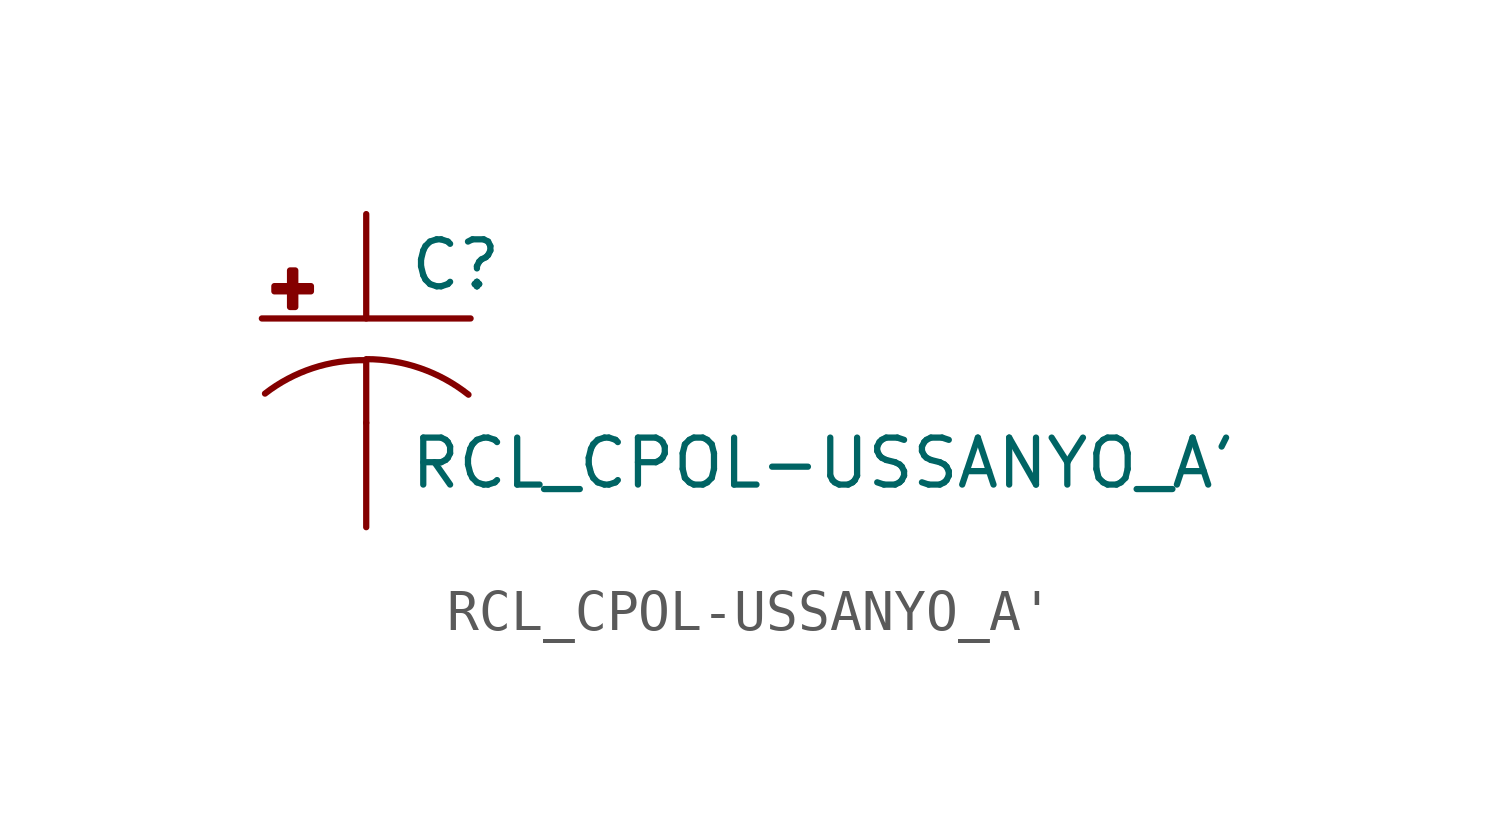
<source format=kicad_sym>
(kicad_symbol_lib
  (version 20210619)
  (generator kicad_symbol_editor)
  (symbol "RCL_CPOL-USSANYO_A'"
    (pin_numbers hide)
    (pin_names
      (offset 1.016) hide)
    (property "Reference" "C"
      (at 1.016 0.635 0)
      (effects (font (size 1.143 1.143)) (justify left bottom)))
    (property "Value" "RCL_CPOL-USSANYO_A'"
      (at 1.016 -4.191 0)
      (effects (font (size 1.143 1.143)) (justify left bottom)))
    (property "ki_locked" ""
      (at 0 0 0)
      (effects (font (size 1.27 1.27))))
    (symbol "RCL_CPOL-USSANYO_A'_1_0"
      (polyline (pts (xy -2.54 0) (xy 2.54 0)) (stroke (width 0)) (fill (type none)))
      (polyline (pts (xy 0 -1.016) (xy 0 -2.54)) (stroke (width 0)) (fill (type none)))
      (polyline (pts (xy 0 -1.016) (xy 0 -1.016)) (stroke (width 0)) (fill (type none))))
    (symbol "RCL_CPOL-USSANYO_A'_1_1"
      (arc (start 0 -1.016) (end -2.4638 -1.8288) (radius (at 0 -5.0546) (length 4.0386) (angles 90.1 127.3)) (stroke (width 0)) (fill (type none)))
      (arc (start 2.4892 -1.8542) (end 0 -0.9906) (radius (at 0 -5.0292) (length 4.0386) (angles 52.3 89.9)) (stroke (width 0)) (fill (type none)))
      (rectangle (start -2.235 0.66) (end -1.346 0.787) (stroke (width 0)) (fill (type outline)))
      (rectangle (start -1.854 0.279) (end -1.727 1.168) (stroke (width 0)) (fill (type outline)))
      (pin passive line (at 0 2.54 270) (length 2.54) (name "+" (effects (font (size 1.016 1.016)))) (number "+" (effects (font (size 1.016 1.016)))))
      (pin passive line (at 0 -5.08 90) (length 2.54) (name "-" (effects (font (size 1.016 1.016)))) (number "-" (effects (font (size 1.016 1.016))))))))
</source>
